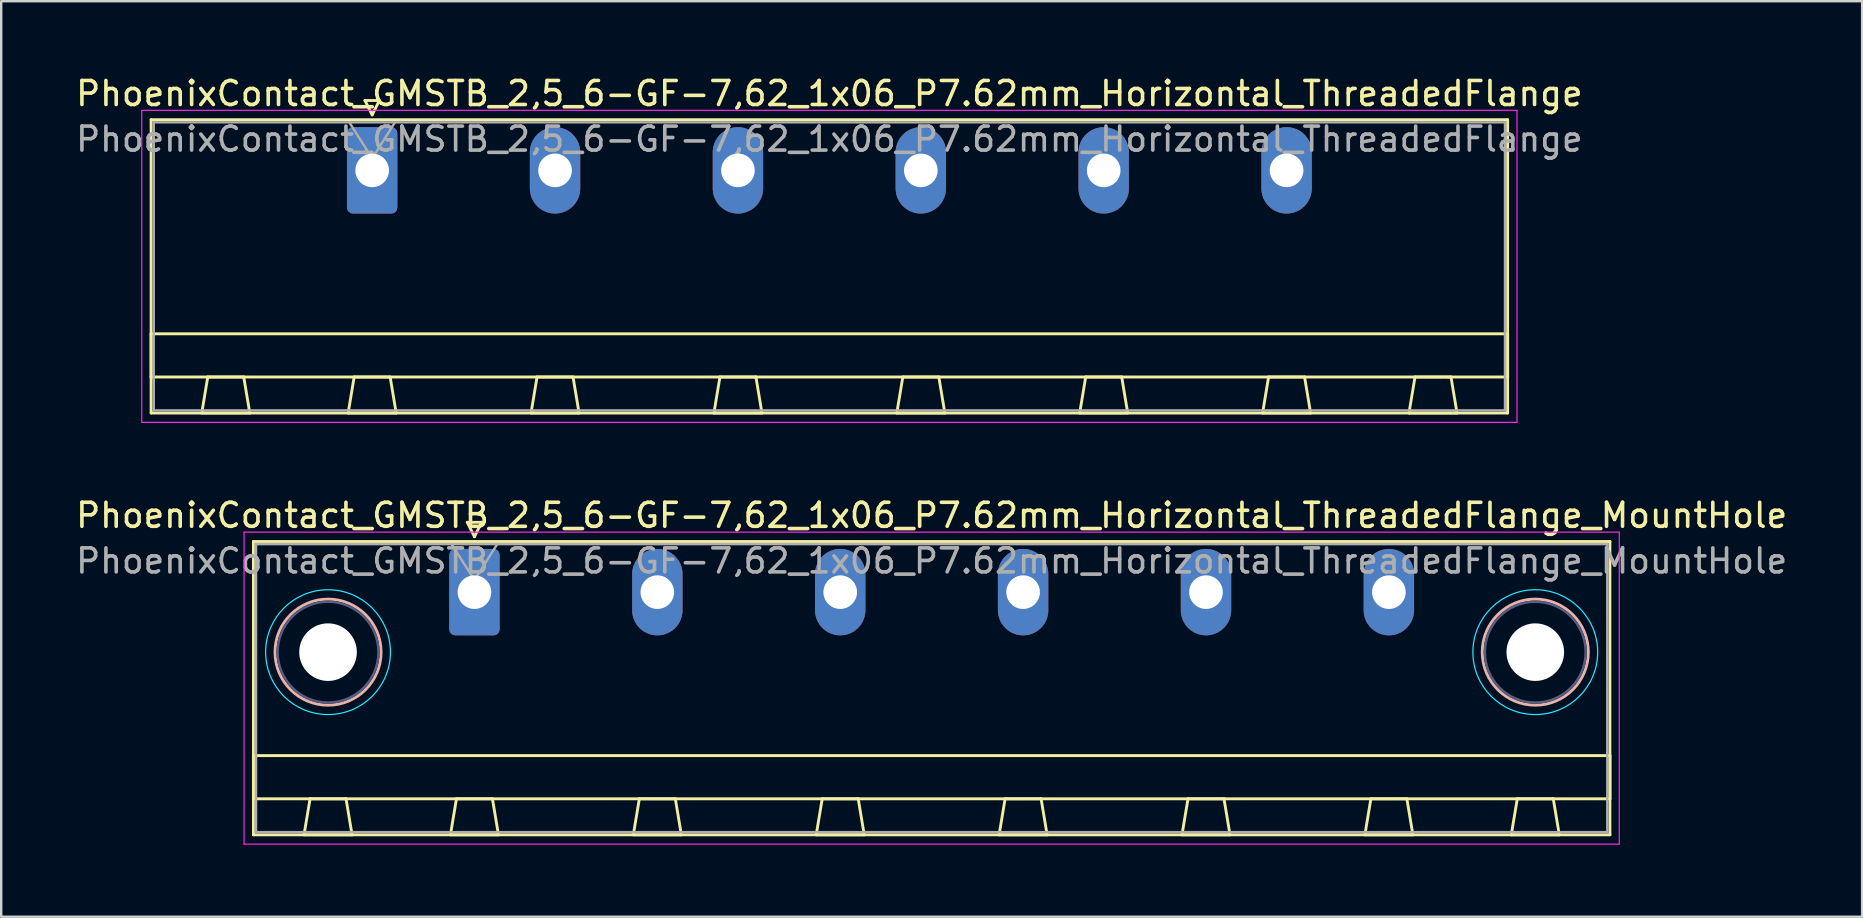
<source format=kicad_pcb>
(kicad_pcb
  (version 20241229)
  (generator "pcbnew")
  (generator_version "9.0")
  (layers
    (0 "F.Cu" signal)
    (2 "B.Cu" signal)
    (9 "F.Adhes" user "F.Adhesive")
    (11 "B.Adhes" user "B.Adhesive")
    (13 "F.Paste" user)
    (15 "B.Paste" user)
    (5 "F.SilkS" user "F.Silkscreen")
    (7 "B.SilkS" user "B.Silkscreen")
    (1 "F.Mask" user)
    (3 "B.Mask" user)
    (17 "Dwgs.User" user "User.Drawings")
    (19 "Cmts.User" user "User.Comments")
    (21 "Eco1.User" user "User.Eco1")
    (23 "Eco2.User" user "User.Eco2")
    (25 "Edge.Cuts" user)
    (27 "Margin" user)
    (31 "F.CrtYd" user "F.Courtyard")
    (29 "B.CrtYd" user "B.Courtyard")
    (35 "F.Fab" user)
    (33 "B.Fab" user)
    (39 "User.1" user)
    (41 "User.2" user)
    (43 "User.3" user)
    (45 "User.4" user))
  (footprint "PhoenixContact_GMSTB_2,5_6-GF-7,62_1x06_P7.62mm_Horizontal_ThreadedFlange_MountHole"
    (layer "F.Cu")
    (at 16.718 21.622)
    (property "Reference" "PhoenixContact_GMSTB_2,5_6-GF-7,62_1x06_P7.62mm_Horizontal_ThreadedFlange_MountHole" (at 19.05 -3.2 0) (layer "F.SilkS") (effects (font (size 1 1) (thickness 0.15))))
    (attr through_hole)
    (fp_line (start -9.21 -2.11) (end -9.21 10.11) (stroke (width 0.12) (type solid)) (layer "F.SilkS"))
    (fp_line (start -9.21 6.81) (end 47.31 6.81) (stroke (width 0.12) (type solid)) (layer "F.SilkS"))
    (fp_line (start -9.21 8.61) (end -9.21 6.81) (stroke (width 0.12) (type solid)) (layer "F.SilkS"))
    (fp_line (start -9.21 10.11) (end 47.31 10.11) (stroke (width 0.12) (type solid)) (layer "F.SilkS"))
    (fp_line (start -7.1 10.11) (end -5.1 10.11) (stroke (width 0.12) (type solid)) (layer "F.SilkS"))
    (fp_line (start -6.85 8.61) (end -7.1 10.11) (stroke (width 0.12) (type solid)) (layer "F.SilkS"))
    (fp_line (start -5.35 8.61) (end -6.85 8.61) (stroke (width 0.12) (type solid)) (layer "F.SilkS"))
    (fp_line (start -5.1 10.11) (end -5.35 8.61) (stroke (width 0.12) (type solid)) (layer "F.SilkS"))
    (fp_line (start -1 10.11) (end 1 10.11) (stroke (width 0.12) (type solid)) (layer "F.SilkS"))
    (fp_line (start -0.75 8.61) (end -1 10.11) (stroke (width 0.12) (type solid)) (layer "F.SilkS"))
    (fp_line (start -0.3 -2.91) (end 0.3 -2.91) (stroke (width 0.12) (type solid)) (layer "F.SilkS"))
    (fp_line (start 0 -2.31) (end -0.3 -2.91) (stroke (width 0.12) (type solid)) (layer "F.SilkS"))
    (fp_line (start 0.3 -2.91) (end 0 -2.31) (stroke (width 0.12) (type solid)) (layer "F.SilkS"))
    (fp_line (start 0.75 8.61) (end -0.75 8.61) (stroke (width 0.12) (type solid)) (layer "F.SilkS"))
    (fp_line (start 1 10.11) (end 0.75 8.61) (stroke (width 0.12) (type solid)) (layer "F.SilkS"))
    (fp_line (start 6.62 10.11) (end 8.62 10.11) (stroke (width 0.12) (type solid)) (layer "F.SilkS"))
    (fp_line (start 6.87 8.61) (end 6.62 10.11) (stroke (width 0.12) (type solid)) (layer "F.SilkS"))
    (fp_line (start 8.37 8.61) (end 6.87 8.61) (stroke (width 0.12) (type solid)) (layer "F.SilkS"))
    (fp_line (start 8.62 10.11) (end 8.37 8.61) (stroke (width 0.12) (type solid)) (layer "F.SilkS"))
    (fp_line (start 14.24 10.11) (end 16.24 10.11) (stroke (width 0.12) (type solid)) (layer "F.SilkS"))
    (fp_line (start 14.49 8.61) (end 14.24 10.11) (stroke (width 0.12) (type solid)) (layer "F.SilkS"))
    (fp_line (start 15.99 8.61) (end 14.49 8.61) (stroke (width 0.12) (type solid)) (layer "F.SilkS"))
    (fp_line (start 16.24 10.11) (end 15.99 8.61) (stroke (width 0.12) (type solid)) (layer "F.SilkS"))
    (fp_line (start 21.86 10.11) (end 23.86 10.11) (stroke (width 0.12) (type solid)) (layer "F.SilkS"))
    (fp_line (start 22.11 8.61) (end 21.86 10.11) (stroke (width 0.12) (type solid)) (layer "F.SilkS"))
    (fp_line (start 23.61 8.61) (end 22.11 8.61) (stroke (width 0.12) (type solid)) (layer "F.SilkS"))
    (fp_line (start 23.86 10.11) (end 23.61 8.61) (stroke (width 0.12) (type solid)) (layer "F.SilkS"))
    (fp_line (start 29.48 10.11) (end 31.48 10.11) (stroke (width 0.12) (type solid)) (layer "F.SilkS"))
    (fp_line (start 29.73 8.61) (end 29.48 10.11) (stroke (width 0.12) (type solid)) (layer "F.SilkS"))
    (fp_line (start 31.23 8.61) (end 29.73 8.61) (stroke (width 0.12) (type solid)) (layer "F.SilkS"))
    (fp_line (start 31.48 10.11) (end 31.23 8.61) (stroke (width 0.12) (type solid)) (layer "F.SilkS"))
    (fp_line (start 37.1 10.11) (end 39.1 10.11) (stroke (width 0.12) (type solid)) (layer "F.SilkS"))
    (fp_line (start 37.35 8.61) (end 37.1 10.11) (stroke (width 0.12) (type solid)) (layer "F.SilkS"))
    (fp_line (start 38.85 8.61) (end 37.35 8.61) (stroke (width 0.12) (type solid)) (layer "F.SilkS"))
    (fp_line (start 39.1 10.11) (end 38.85 8.61) (stroke (width 0.12) (type solid)) (layer "F.SilkS"))
    (fp_line (start 43.2 10.11) (end 45.2 10.11) (stroke (width 0.12) (type solid)) (layer "F.SilkS"))
    (fp_line (start 43.45 8.61) (end 43.2 10.11) (stroke (width 0.12) (type solid)) (layer "F.SilkS"))
    (fp_line (start 44.95 8.61) (end 43.45 8.61) (stroke (width 0.12) (type solid)) (layer "F.SilkS"))
    (fp_line (start 45.2 10.11) (end 44.95 8.61) (stroke (width 0.12) (type solid)) (layer "F.SilkS"))
    (fp_line (start 47.31 -2.11) (end -9.21 -2.11) (stroke (width 0.12) (type solid)) (layer "F.SilkS"))
    (fp_line (start 47.31 6.81) (end 47.31 8.61) (stroke (width 0.12) (type solid)) (layer "F.SilkS"))
    (fp_line (start 47.31 8.61) (end -9.21 8.61) (stroke (width 0.12) (type solid)) (layer "F.SilkS"))
    (fp_line (start 47.31 10.11) (end 47.31 -2.11) (stroke (width 0.12) (type solid)) (layer "F.SilkS"))
    (fp_circle (center -6.1 2.5) (end -3.89 2.5) (stroke (width 0.12) (type solid)) (fill no) (layer "B.SilkS"))
    (fp_circle (center 44.2 2.5) (end 46.41 2.5) (stroke (width 0.12) (type solid)) (fill no) (layer "B.SilkS"))
    (fp_circle (center -6.1 2.5) (end -3.5 2.5) (stroke (width 0.05) (type solid)) (fill no) (layer "B.CrtYd"))
    (fp_circle (center 44.2 2.5) (end 46.8 2.5) (stroke (width 0.05) (type solid)) (fill no) (layer "B.CrtYd"))
    (fp_line (start -9.6 -2.5) (end -9.6 10.5) (stroke (width 0.05) (type solid)) (layer "F.CrtYd"))
    (fp_line (start -9.6 10.5) (end 47.7 10.5) (stroke (width 0.05) (type solid)) (layer "F.CrtYd"))
    (fp_line (start 47.7 -2.5) (end -9.6 -2.5) (stroke (width 0.05) (type solid)) (layer "F.CrtYd"))
    (fp_line (start 47.7 10.5) (end 47.7 -2.5) (stroke (width 0.05) (type solid)) (layer "F.CrtYd"))
    (fp_circle (center -6.1 2.5) (end -4 2.5) (stroke (width 0.1) (type solid)) (fill no) (layer "B.Fab"))
    (fp_circle (center 44.2 2.5) (end 46.3 2.5) (stroke (width 0.1) (type solid)) (fill no) (layer "B.Fab"))
    (fp_line (start -9.1 -2) (end -9.1 10) (stroke (width 0.1) (type solid)) (layer "F.Fab"))
    (fp_line (start -9.1 10) (end 47.2 10) (stroke (width 0.1) (type solid)) (layer "F.Fab"))
    (fp_line (start 0 -0.5) (end -0.95 -2) (stroke (width 0.1) (type solid)) (layer "F.Fab"))
    (fp_line (start 0.95 -2) (end 0 -0.5) (stroke (width 0.1) (type solid)) (layer "F.Fab"))
    (fp_line (start 47.2 -2) (end -9.1 -2) (stroke (width 0.1) (type solid)) (layer "F.Fab"))
    (fp_line (start 47.2 10) (end 47.2 -2) (stroke (width 0.1) (type solid)) (layer "F.Fab"))
    (fp_text user "${REFERENCE}" (at 19.05 -1.3 0) (layer "F.Fab") (effects (font (size 1 1) (thickness 0.15))))
    (pad "" np_thru_hole circle (at -6.1 2.5) (size 2.4 2.4) (drill 2.4) (layers "*.Cu" "*.Mask"))
    (pad "" np_thru_hole circle (at 44.2 2.5) (size 2.4 2.4) (drill 2.4) (layers "*.Cu" "*.Mask"))
    (pad "1" thru_hole roundrect (at 0 0) (size 2.1 3.6) (drill 1.4) (layers "*.Cu" "*.Mask") (roundrect_rratio 0.119))
    (pad "2" thru_hole oval (at 7.62 0) (size 2.1 3.6) (drill 1.4) (layers "*.Cu" "*.Mask"))
    (pad "3" thru_hole oval (at 15.24 0) (size 2.1 3.6) (drill 1.4) (layers "*.Cu" "*.Mask"))
    (pad "4" thru_hole oval (at 22.86 0) (size 2.1 3.6) (drill 1.4) (layers "*.Cu" "*.Mask"))
    (pad "5" thru_hole oval (at 30.48 0) (size 2.1 3.6) (drill 1.4) (layers "*.Cu" "*.Mask"))
    (pad "6" thru_hole oval (at 38.1 0) (size 2.1 3.6) (drill 1.4) (layers "*.Cu" "*.Mask")))
  (footprint "PhoenixContact_GMSTB_2,5_6-GF-7,62_1x06_P7.62mm_Horizontal_ThreadedFlange"
    (layer "F.Cu")
    (at 12.456 4.048)
    (property "Reference" "PhoenixContact_GMSTB_2,5_6-GF-7,62_1x06_P7.62mm_Horizontal_ThreadedFlange" (at 19.05 -3.2 0) (layer "F.SilkS") (effects (font (size 1 1) (thickness 0.15))))
    (attr through_hole)
    (fp_line (start -9.21 -2.11) (end -9.21 10.11) (stroke (width 0.12) (type solid)) (layer "F.SilkS"))
    (fp_line (start -9.21 6.81) (end 47.31 6.81) (stroke (width 0.12) (type solid)) (layer "F.SilkS"))
    (fp_line (start -9.21 8.61) (end -9.21 6.81) (stroke (width 0.12) (type solid)) (layer "F.SilkS"))
    (fp_line (start -9.21 10.11) (end 47.31 10.11) (stroke (width 0.12) (type solid)) (layer "F.SilkS"))
    (fp_line (start -7.1 10.11) (end -5.1 10.11) (stroke (width 0.12) (type solid)) (layer "F.SilkS"))
    (fp_line (start -6.85 8.61) (end -7.1 10.11) (stroke (width 0.12) (type solid)) (layer "F.SilkS"))
    (fp_line (start -5.35 8.61) (end -6.85 8.61) (stroke (width 0.12) (type solid)) (layer "F.SilkS"))
    (fp_line (start -5.1 10.11) (end -5.35 8.61) (stroke (width 0.12) (type solid)) (layer "F.SilkS"))
    (fp_line (start -1 10.11) (end 1 10.11) (stroke (width 0.12) (type solid)) (layer "F.SilkS"))
    (fp_line (start -0.75 8.61) (end -1 10.11) (stroke (width 0.12) (type solid)) (layer "F.SilkS"))
    (fp_line (start -0.3 -2.91) (end 0.3 -2.91) (stroke (width 0.12) (type solid)) (layer "F.SilkS"))
    (fp_line (start 0 -2.31) (end -0.3 -2.91) (stroke (width 0.12) (type solid)) (layer "F.SilkS"))
    (fp_line (start 0.3 -2.91) (end 0 -2.31) (stroke (width 0.12) (type solid)) (layer "F.SilkS"))
    (fp_line (start 0.75 8.61) (end -0.75 8.61) (stroke (width 0.12) (type solid)) (layer "F.SilkS"))
    (fp_line (start 1 10.11) (end 0.75 8.61) (stroke (width 0.12) (type solid)) (layer "F.SilkS"))
    (fp_line (start 6.62 10.11) (end 8.62 10.11) (stroke (width 0.12) (type solid)) (layer "F.SilkS"))
    (fp_line (start 6.87 8.61) (end 6.62 10.11) (stroke (width 0.12) (type solid)) (layer "F.SilkS"))
    (fp_line (start 8.37 8.61) (end 6.87 8.61) (stroke (width 0.12) (type solid)) (layer "F.SilkS"))
    (fp_line (start 8.62 10.11) (end 8.37 8.61) (stroke (width 0.12) (type solid)) (layer "F.SilkS"))
    (fp_line (start 14.24 10.11) (end 16.24 10.11) (stroke (width 0.12) (type solid)) (layer "F.SilkS"))
    (fp_line (start 14.49 8.61) (end 14.24 10.11) (stroke (width 0.12) (type solid)) (layer "F.SilkS"))
    (fp_line (start 15.99 8.61) (end 14.49 8.61) (stroke (width 0.12) (type solid)) (layer "F.SilkS"))
    (fp_line (start 16.24 10.11) (end 15.99 8.61) (stroke (width 0.12) (type solid)) (layer "F.SilkS"))
    (fp_line (start 21.86 10.11) (end 23.86 10.11) (stroke (width 0.12) (type solid)) (layer "F.SilkS"))
    (fp_line (start 22.11 8.61) (end 21.86 10.11) (stroke (width 0.12) (type solid)) (layer "F.SilkS"))
    (fp_line (start 23.61 8.61) (end 22.11 8.61) (stroke (width 0.12) (type solid)) (layer "F.SilkS"))
    (fp_line (start 23.86 10.11) (end 23.61 8.61) (stroke (width 0.12) (type solid)) (layer "F.SilkS"))
    (fp_line (start 29.48 10.11) (end 31.48 10.11) (stroke (width 0.12) (type solid)) (layer "F.SilkS"))
    (fp_line (start 29.73 8.61) (end 29.48 10.11) (stroke (width 0.12) (type solid)) (layer "F.SilkS"))
    (fp_line (start 31.23 8.61) (end 29.73 8.61) (stroke (width 0.12) (type solid)) (layer "F.SilkS"))
    (fp_line (start 31.48 10.11) (end 31.23 8.61) (stroke (width 0.12) (type solid)) (layer "F.SilkS"))
    (fp_line (start 37.1 10.11) (end 39.1 10.11) (stroke (width 0.12) (type solid)) (layer "F.SilkS"))
    (fp_line (start 37.35 8.61) (end 37.1 10.11) (stroke (width 0.12) (type solid)) (layer "F.SilkS"))
    (fp_line (start 38.85 8.61) (end 37.35 8.61) (stroke (width 0.12) (type solid)) (layer "F.SilkS"))
    (fp_line (start 39.1 10.11) (end 38.85 8.61) (stroke (width 0.12) (type solid)) (layer "F.SilkS"))
    (fp_line (start 43.2 10.11) (end 45.2 10.11) (stroke (width 0.12) (type solid)) (layer "F.SilkS"))
    (fp_line (start 43.45 8.61) (end 43.2 10.11) (stroke (width 0.12) (type solid)) (layer "F.SilkS"))
    (fp_line (start 44.95 8.61) (end 43.45 8.61) (stroke (width 0.12) (type solid)) (layer "F.SilkS"))
    (fp_line (start 45.2 10.11) (end 44.95 8.61) (stroke (width 0.12) (type solid)) (layer "F.SilkS"))
    (fp_line (start 47.31 -2.11) (end -9.21 -2.11) (stroke (width 0.12) (type solid)) (layer "F.SilkS"))
    (fp_line (start 47.31 6.81) (end 47.31 8.61) (stroke (width 0.12) (type solid)) (layer "F.SilkS"))
    (fp_line (start 47.31 8.61) (end -9.21 8.61) (stroke (width 0.12) (type solid)) (layer "F.SilkS"))
    (fp_line (start 47.31 10.11) (end 47.31 -2.11) (stroke (width 0.12) (type solid)) (layer "F.SilkS"))
    (fp_line (start -9.6 -2.5) (end -9.6 10.5) (stroke (width 0.05) (type solid)) (layer "F.CrtYd"))
    (fp_line (start -9.6 10.5) (end 47.7 10.5) (stroke (width 0.05) (type solid)) (layer "F.CrtYd"))
    (fp_line (start 47.7 -2.5) (end -9.6 -2.5) (stroke (width 0.05) (type solid)) (layer "F.CrtYd"))
    (fp_line (start 47.7 10.5) (end 47.7 -2.5) (stroke (width 0.05) (type solid)) (layer "F.CrtYd"))
    (fp_line (start -9.1 -2) (end -9.1 10) (stroke (width 0.1) (type solid)) (layer "F.Fab"))
    (fp_line (start -9.1 10) (end 47.2 10) (stroke (width 0.1) (type solid)) (layer "F.Fab"))
    (fp_line (start 0 -0.5) (end -0.95 -2) (stroke (width 0.1) (type solid)) (layer "F.Fab"))
    (fp_line (start 0.95 -2) (end 0 -0.5) (stroke (width 0.1) (type solid)) (layer "F.Fab"))
    (fp_line (start 47.2 -2) (end -9.1 -2) (stroke (width 0.1) (type solid)) (layer "F.Fab"))
    (fp_line (start 47.2 10) (end 47.2 -2) (stroke (width 0.1) (type solid)) (layer "F.Fab"))
    (fp_text user "${REFERENCE}" (at 19.05 -1.3 0) (layer "F.Fab") (effects (font (size 1 1) (thickness 0.15))))
    (pad "1" thru_hole roundrect (at 0 0) (size 2.1 3.6) (drill 1.4) (layers "*.Cu" "*.Mask") (roundrect_rratio 0.119))
    (pad "2" thru_hole oval (at 7.62 0) (size 2.1 3.6) (drill 1.4) (layers "*.Cu" "*.Mask"))
    (pad "3" thru_hole oval (at 15.24 0) (size 2.1 3.6) (drill 1.4) (layers "*.Cu" "*.Mask"))
    (pad "4" thru_hole oval (at 22.86 0) (size 2.1 3.6) (drill 1.4) (layers "*.Cu" "*.Mask"))
    (pad "5" thru_hole oval (at 30.48 0) (size 2.1 3.6) (drill 1.4) (layers "*.Cu" "*.Mask"))
    (pad "6" thru_hole oval (at 38.1 0) (size 2.1 3.6) (drill 1.4) (layers "*.Cu" "*.Mask")))
  (gr_rect
    (start -3 -3)
    (end 74.536 35.147)
    (stroke (width 0.1) (type default))
    (fill no)
    (layer "Edge.Cuts")))
</source>
